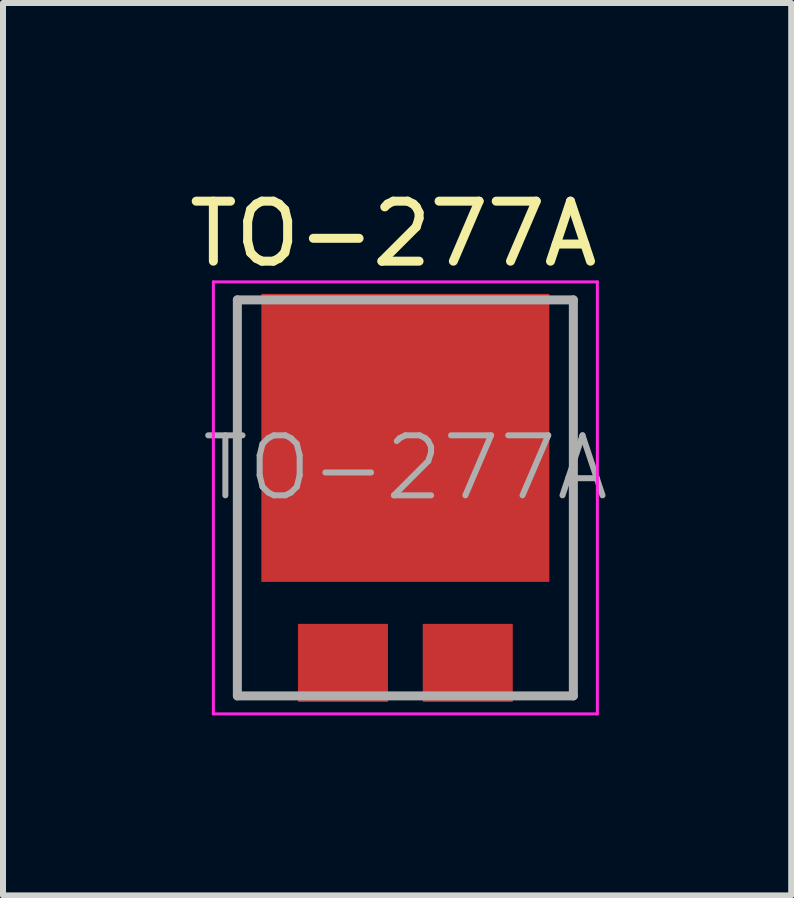
<source format=kicad_pcb>
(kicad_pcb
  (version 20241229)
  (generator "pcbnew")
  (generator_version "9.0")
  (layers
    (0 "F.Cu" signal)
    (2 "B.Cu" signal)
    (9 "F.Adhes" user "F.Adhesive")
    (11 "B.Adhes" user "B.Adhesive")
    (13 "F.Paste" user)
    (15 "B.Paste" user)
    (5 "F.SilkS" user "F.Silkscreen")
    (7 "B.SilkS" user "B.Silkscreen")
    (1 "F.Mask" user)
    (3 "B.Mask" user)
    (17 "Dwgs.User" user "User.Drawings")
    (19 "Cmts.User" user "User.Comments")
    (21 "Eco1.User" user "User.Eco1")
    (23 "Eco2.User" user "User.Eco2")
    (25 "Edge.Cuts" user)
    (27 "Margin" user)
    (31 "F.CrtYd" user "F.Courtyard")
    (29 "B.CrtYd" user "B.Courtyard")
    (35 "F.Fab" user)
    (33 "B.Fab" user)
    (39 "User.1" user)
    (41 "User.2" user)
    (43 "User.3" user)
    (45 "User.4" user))
  (footprint "TO-277A"
    (layer "F.Cu")
    (at 3.706 5.248)
    (property "Reference" "TO-277A" (at -0.2 -4.4 180) (layer "F.SilkS") (effects (font (size 1 1) (thickness 0.15))))
    (attr smd)
    (fp_line (start -3.2 -3.6) (end -3.2 3.6) (stroke (width 0.05) (type solid)) (layer "F.CrtYd"))
    (fp_line (start -3.2 -3.6) (end 3.2 -3.6) (stroke (width 0.05) (type solid)) (layer "F.CrtYd"))
    (fp_line (start -3.2 3.6) (end 3.2 3.6) (stroke (width 0.05) (type solid)) (layer "F.CrtYd"))
    (fp_line (start 3.2 -3.6) (end 3.2 3.6) (stroke (width 0.05) (type solid)) (layer "F.CrtYd"))
    (fp_line (start -2.8 -3.3) (end -2.8 3.3) (stroke (width 0.15) (type solid)) (layer "F.Fab"))
    (fp_line (start -2.8 3.3) (end 2.8 3.3) (stroke (width 0.15) (type solid)) (layer "F.Fab"))
    (fp_line (start 2.8 -3.3) (end -2.8 -3.3) (stroke (width 0.15) (type solid)) (layer "F.Fab"))
    (fp_line (start 2.8 3.3) (end 2.8 -3.3) (stroke (width 0.15) (type solid)) (layer "F.Fab"))
    (fp_text user "${REFERENCE}" (at 0 -0.5 0) (layer "F.Fab") (effects (font (size 1 1) (thickness 0.1))))
    (pad "1" smd rect (at 1.04 2.75) (size 1.5 1.3) (layers "F.Cu" "F.Mask" "F.Paste"))
    (pad "2" smd rect (at -1.04 2.75) (size 1.5 1.3) (layers "F.Cu" "F.Mask" "F.Paste"))
    (pad "3" smd rect (at 0 -1) (size 4.8 4.8) (layers "F.Cu" "F.Mask" "F.Paste")))
  (gr_rect
    (start -3 -3)
    (end 10.137 11.873)
    (stroke (width 0.1) (type default))
    (fill no)
    (layer "Edge.Cuts")))
</source>
